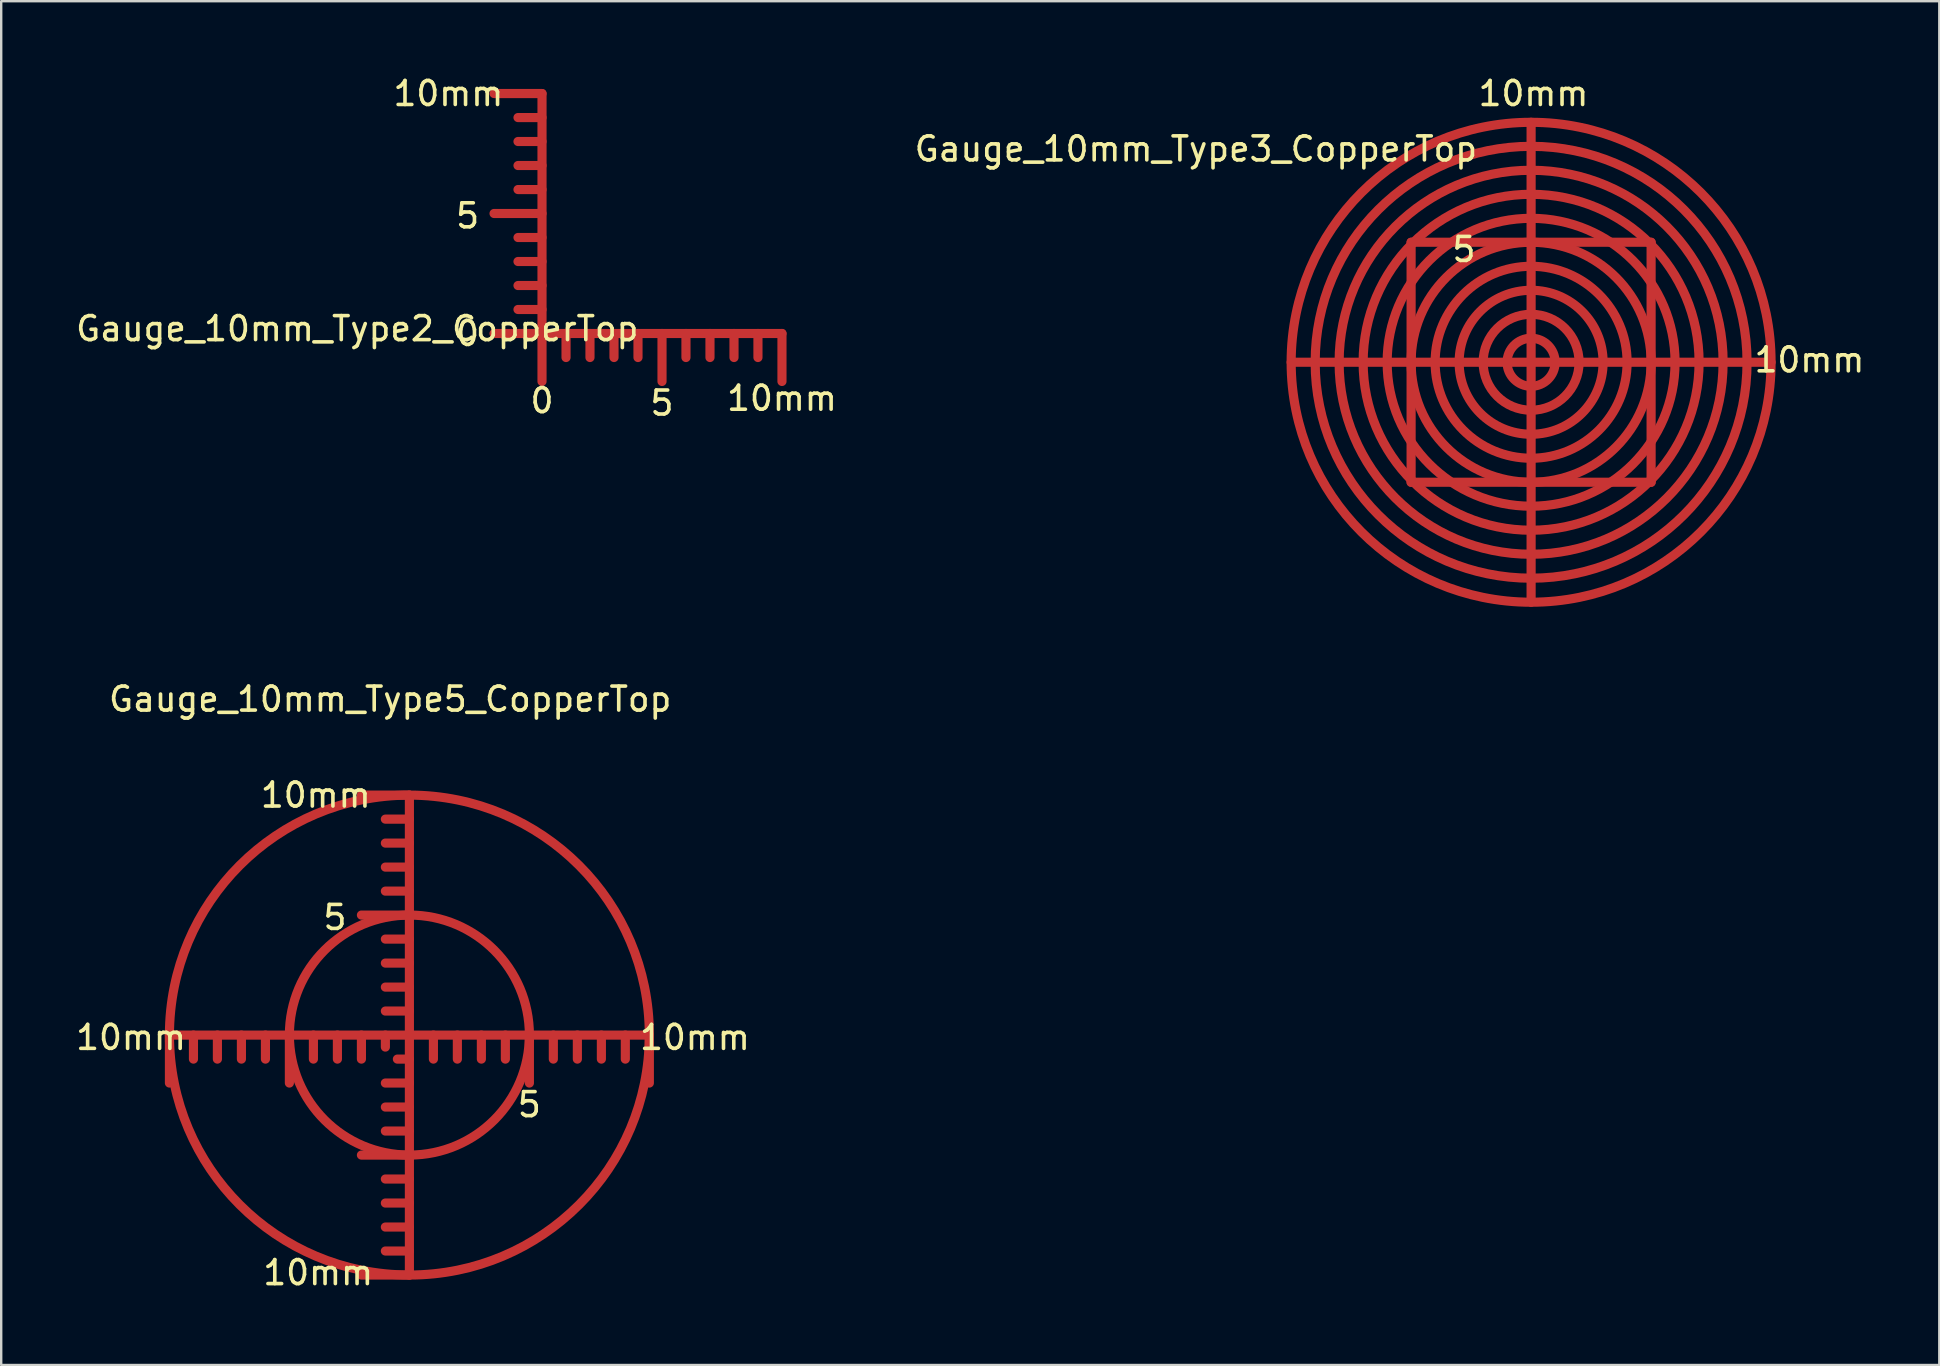
<source format=kicad_pcb>
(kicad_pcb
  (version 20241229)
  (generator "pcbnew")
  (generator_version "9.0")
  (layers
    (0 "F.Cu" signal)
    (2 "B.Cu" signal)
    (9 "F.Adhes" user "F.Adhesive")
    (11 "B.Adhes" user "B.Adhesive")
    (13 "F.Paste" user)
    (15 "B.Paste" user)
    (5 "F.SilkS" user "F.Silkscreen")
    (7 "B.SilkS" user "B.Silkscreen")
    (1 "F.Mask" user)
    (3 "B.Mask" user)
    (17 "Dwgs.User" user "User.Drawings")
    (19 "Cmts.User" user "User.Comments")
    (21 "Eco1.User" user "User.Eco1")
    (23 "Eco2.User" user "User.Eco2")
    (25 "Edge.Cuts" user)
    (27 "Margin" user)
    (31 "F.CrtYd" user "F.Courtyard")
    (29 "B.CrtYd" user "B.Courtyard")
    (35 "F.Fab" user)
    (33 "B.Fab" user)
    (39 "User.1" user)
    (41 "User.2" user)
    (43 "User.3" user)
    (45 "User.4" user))
  (footprint "Gauge_10mm_Type2_CopperTop"
    (layer "F.Cu")
    (at 19.538 10.848)
    (property "Reference" "Gauge_10mm_Type2_CopperTop" (at -7.699 -0.201 0) (layer "F.SilkS") (effects (font (size 1 1) (thickness 0.15))))
    (attr through_hole)
    (fp_line (start 0 -10) (end -1.999 -10) (stroke (width 0.381) (type solid)) (layer "F.Cu"))
    (fp_line (start 0 -8.999) (end -1.001 -8.999) (stroke (width 0.381) (type solid)) (layer "F.Cu"))
    (fp_line (start 0 -8.001) (end -1.001 -8.001) (stroke (width 0.381) (type solid)) (layer "F.Cu"))
    (fp_line (start 0 -7) (end -1.001 -7) (stroke (width 0.381) (type solid)) (layer "F.Cu"))
    (fp_line (start 0 -5.999) (end -1.001 -5.999) (stroke (width 0.381) (type solid)) (layer "F.Cu"))
    (fp_line (start 0 -5.001) (end -1.999 -5.001) (stroke (width 0.381) (type solid)) (layer "F.Cu"))
    (fp_line (start 0 -4) (end -1.001 -4) (stroke (width 0.381) (type solid)) (layer "F.Cu"))
    (fp_line (start 0 -3) (end -1.001 -3) (stroke (width 0.381) (type solid)) (layer "F.Cu"))
    (fp_line (start 0 -1.999) (end -1.001 -1.999) (stroke (width 0.381) (type solid)) (layer "F.Cu"))
    (fp_line (start 0 -1.001) (end -1.001 -1.001) (stroke (width 0.381) (type solid)) (layer "F.Cu"))
    (fp_line (start 0 0) (end -1.999 0) (stroke (width 0.381) (type solid)) (layer "F.Cu"))
    (fp_line (start 0 0) (end 0 -10) (stroke (width 0.381) (type solid)) (layer "F.Cu"))
    (fp_line (start 0 0) (end 0 1.999) (stroke (width 0.381) (type solid)) (layer "F.Cu"))
    (fp_line (start 0 0) (end 10 0) (stroke (width 0.381) (type solid)) (layer "F.Cu"))
    (fp_line (start 1.001 0) (end 1.001 1.001) (stroke (width 0.381) (type solid)) (layer "F.Cu"))
    (fp_line (start 1.999 0) (end 1.999 1.001) (stroke (width 0.381) (type solid)) (layer "F.Cu"))
    (fp_line (start 3 0) (end 3 1.001) (stroke (width 0.381) (type solid)) (layer "F.Cu"))
    (fp_line (start 4 0) (end 4 1.001) (stroke (width 0.381) (type solid)) (layer "F.Cu"))
    (fp_line (start 5.001 0) (end 5.001 1.999) (stroke (width 0.381) (type solid)) (layer "F.Cu"))
    (fp_line (start 5.999 0) (end 5.999 1.001) (stroke (width 0.381) (type solid)) (layer "F.Cu"))
    (fp_line (start 7 0) (end 7 1.001) (stroke (width 0.381) (type solid)) (layer "F.Cu"))
    (fp_line (start 8.001 0) (end 8.001 1.001) (stroke (width 0.381) (type solid)) (layer "F.Cu"))
    (fp_line (start 8.999 0) (end 8.999 1.001) (stroke (width 0.381) (type solid)) (layer "F.Cu"))
    (fp_line (start 10 0) (end 10 1.999) (stroke (width 0.381) (type solid)) (layer "F.Cu"))
    (fp_text user "0" (at 0 2.799 0) (layer "F.SilkS") (effects (font (size 1 1) (thickness 0.15))))
    (fp_text user "5" (at 4.999 2.901 0) (layer "F.SilkS") (effects (font (size 1 1) (thickness 0.15))))
    (fp_text user "5" (at -3.101 -4.9 0) (layer "F.SilkS") (effects (font (size 1 1) (thickness 0.15))))
    (fp_text user "10mm" (at 10 2.7 0) (layer "F.SilkS") (effects (font (size 1 1) (thickness 0.15))))
    (fp_text user "0" (at -3.101 0 0) (layer "F.SilkS") (effects (font (size 1 1) (thickness 0.15))))
    (fp_text user "10mm" (at -3.901 -10 0) (layer "F.SilkS") (effects (font (size 1 1) (thickness 0.15)))))
  (footprint "Gauge_10mm_Type3_CopperTop"
    (layer "F.Cu")
    (at 60.758 12.047)
    (property "Reference" "Gauge_10mm_Type3_CopperTop" (at -13.97 -8.89 0) (layer "F.SilkS") (effects (font (size 1 1) (thickness 0.15))))
    (attr through_hole)
    (fp_line (start -5.001 -5.001) (end -5.001 0) (stroke (width 0.381) (type solid)) (layer "F.Cu"))
    (fp_line (start -5.001 5.001) (end -5.001 0) (stroke (width 0.381) (type solid)) (layer "F.Cu"))
    (fp_line (start -1.999 0) (end -10 0) (stroke (width 0.381) (type solid)) (layer "F.Cu"))
    (fp_line (start 0 -5.001) (end -5.001 -5.001) (stroke (width 0.381) (type solid)) (layer "F.Cu"))
    (fp_line (start 0 -5.001) (end 5.001 -5.001) (stroke (width 0.381) (type solid)) (layer "F.Cu"))
    (fp_line (start 0 0) (end -1.999 0) (stroke (width 0.381) (type solid)) (layer "F.Cu"))
    (fp_line (start 0 0) (end 0 -10) (stroke (width 0.381) (type solid)) (layer "F.Cu"))
    (fp_line (start 0 0) (end 0 1.999) (stroke (width 0.381) (type solid)) (layer "F.Cu"))
    (fp_line (start 0 0) (end 10 0) (stroke (width 0.381) (type solid)) (layer "F.Cu"))
    (fp_line (start 0 1.999) (end 0 10) (stroke (width 0.381) (type solid)) (layer "F.Cu"))
    (fp_line (start 0 5.001) (end -5.001 5.001) (stroke (width 0.381) (type solid)) (layer "F.Cu"))
    (fp_line (start 5.001 -5.001) (end 5.001 0) (stroke (width 0.381) (type solid)) (layer "F.Cu"))
    (fp_line (start 5.001 0) (end 5.001 5.001) (stroke (width 0.381) (type solid)) (layer "F.Cu"))
    (fp_line (start 5.001 5.001) (end 0 5.001) (stroke (width 0.381) (type solid)) (layer "F.Cu"))
    (fp_circle (center 0 0) (end 0 -8.999) (stroke (width 0.381) (type solid)) (fill no) (layer "F.Cu"))
    (fp_circle (center 0 0) (end 0 -8.001) (stroke (width 0.381) (type solid)) (fill no) (layer "F.Cu"))
    (fp_circle (center 0 0) (end 0 -7) (stroke (width 0.381) (type solid)) (fill no) (layer "F.Cu"))
    (fp_circle (center 0 0) (end 0 -5.999) (stroke (width 0.381) (type solid)) (fill no) (layer "F.Cu"))
    (fp_circle (center 0 0) (end 0 -4) (stroke (width 0.381) (type solid)) (fill no) (layer "F.Cu"))
    (fp_circle (center 0 0) (end 0 -3) (stroke (width 0.381) (type solid)) (fill no) (layer "F.Cu"))
    (fp_circle (center 0 0) (end 0 -1.999) (stroke (width 0.381) (type solid)) (fill no) (layer "F.Cu"))
    (fp_circle (center 0 0) (end 0 -1.001) (stroke (width 0.381) (type solid)) (fill no) (layer "F.Cu"))
    (fp_circle (center 0 0) (end 5.001 0) (stroke (width 0.381) (type solid)) (fill no) (layer "F.Cu"))
    (fp_circle (center 0 0) (end 10 0) (stroke (width 0.381) (type solid)) (fill no) (layer "F.Cu"))
    (fp_text user "5" (at -2.799 -4.699 0) (layer "F.SilkS") (effects (font (size 1 1) (thickness 0.15))))
    (fp_text user "10mm" (at 0.099 -11.199 0) (layer "F.SilkS") (effects (font (size 1 1) (thickness 0.15))))
    (fp_text user "10mm" (at 11.6 -0.099 0) (layer "F.SilkS") (effects (font (size 1 1) (thickness 0.15)))))
  (footprint "Gauge_10mm_Type5_CopperTop"
    (layer "F.Cu")
    (at 14.011 40.086)
    (property "Reference" "Gauge_10mm_Type5_CopperTop" (at -0.8 -14 0) (layer "F.SilkS") (effects (font (size 1 1) (thickness 0.15))))
    (attr through_hole)
    (fp_line (start -10 0) (end -10 1.999) (stroke (width 0.381) (type solid)) (layer "F.Cu"))
    (fp_line (start -8.999 0) (end -8.999 1.001) (stroke (width 0.381) (type solid)) (layer "F.Cu"))
    (fp_line (start -8.001 0) (end -8.001 1.001) (stroke (width 0.381) (type solid)) (layer "F.Cu"))
    (fp_line (start -7 0) (end -7 1.001) (stroke (width 0.381) (type solid)) (layer "F.Cu"))
    (fp_line (start -5.999 0) (end -5.999 1.001) (stroke (width 0.381) (type solid)) (layer "F.Cu"))
    (fp_line (start -5.001 0) (end -5.001 1.999) (stroke (width 0.381) (type solid)) (layer "F.Cu"))
    (fp_line (start -4 0) (end -4 1.001) (stroke (width 0.381) (type solid)) (layer "F.Cu"))
    (fp_line (start -3 0) (end -3 1.001) (stroke (width 0.381) (type solid)) (layer "F.Cu"))
    (fp_line (start -1.999 0) (end -1.999 1.001) (stroke (width 0.381) (type solid)) (layer "F.Cu"))
    (fp_line (start -1.001 0) (end -1.001 0.5) (stroke (width 0.381) (type solid)) (layer "F.Cu"))
    (fp_line (start 0 -10) (end -1.999 -10) (stroke (width 0.381) (type solid)) (layer "F.Cu"))
    (fp_line (start 0 -8.999) (end -1.001 -8.999) (stroke (width 0.381) (type solid)) (layer "F.Cu"))
    (fp_line (start 0 -8.001) (end -1.001 -8.001) (stroke (width 0.381) (type solid)) (layer "F.Cu"))
    (fp_line (start 0 -7) (end -1.001 -7) (stroke (width 0.381) (type solid)) (layer "F.Cu"))
    (fp_line (start 0 -5.999) (end -1.001 -5.999) (stroke (width 0.381) (type solid)) (layer "F.Cu"))
    (fp_line (start 0 -5.001) (end -1.999 -5.001) (stroke (width 0.381) (type solid)) (layer "F.Cu"))
    (fp_line (start 0 -4) (end -1.001 -4) (stroke (width 0.381) (type solid)) (layer "F.Cu"))
    (fp_line (start 0 -3) (end -1.001 -3) (stroke (width 0.381) (type solid)) (layer "F.Cu"))
    (fp_line (start 0 -1.999) (end -1.001 -1.999) (stroke (width 0.381) (type solid)) (layer "F.Cu"))
    (fp_line (start 0 -1.001) (end -1.001 -1.001) (stroke (width 0.381) (type solid)) (layer "F.Cu"))
    (fp_line (start 0 0) (end -10 0) (stroke (width 0.381) (type solid)) (layer "F.Cu"))
    (fp_line (start 0 0) (end 0 -10) (stroke (width 0.381) (type solid)) (layer "F.Cu"))
    (fp_line (start 0 0) (end 0 1.999) (stroke (width 0.381) (type solid)) (layer "F.Cu"))
    (fp_line (start 0 0) (end 10 0) (stroke (width 0.381) (type solid)) (layer "F.Cu"))
    (fp_line (start 0 1.001) (end -0.5 1.001) (stroke (width 0.381) (type solid)) (layer "F.Cu"))
    (fp_line (start 0 1.999) (end -1.001 1.999) (stroke (width 0.381) (type solid)) (layer "F.Cu"))
    (fp_line (start 0 1.999) (end 0 10) (stroke (width 0.381) (type solid)) (layer "F.Cu"))
    (fp_line (start 0 3) (end -1.001 3) (stroke (width 0.381) (type solid)) (layer "F.Cu"))
    (fp_line (start 0 4) (end -1.001 4) (stroke (width 0.381) (type solid)) (layer "F.Cu"))
    (fp_line (start 0 5.001) (end -1.999 5.001) (stroke (width 0.381) (type solid)) (layer "F.Cu"))
    (fp_line (start 0 5.999) (end -1.001 5.999) (stroke (width 0.381) (type solid)) (layer "F.Cu"))
    (fp_line (start 0 7) (end -1.001 7) (stroke (width 0.381) (type solid)) (layer "F.Cu"))
    (fp_line (start 0 8.001) (end -1.001 8.001) (stroke (width 0.381) (type solid)) (layer "F.Cu"))
    (fp_line (start 0 8.999) (end -1.001 8.999) (stroke (width 0.381) (type solid)) (layer "F.Cu"))
    (fp_line (start 0 10) (end -1.999 10) (stroke (width 0.381) (type solid)) (layer "F.Cu"))
    (fp_line (start 1.001 0) (end 1.001 1.001) (stroke (width 0.381) (type solid)) (layer "F.Cu"))
    (fp_line (start 1.999 0) (end 1.999 1.001) (stroke (width 0.381) (type solid)) (layer "F.Cu"))
    (fp_line (start 3 0) (end 3 1.001) (stroke (width 0.381) (type solid)) (layer "F.Cu"))
    (fp_line (start 4 0) (end 4 1.001) (stroke (width 0.381) (type solid)) (layer "F.Cu"))
    (fp_line (start 5.001 0) (end 5.001 1.999) (stroke (width 0.381) (type solid)) (layer "F.Cu"))
    (fp_line (start 5.999 0) (end 5.999 1.001) (stroke (width 0.381) (type solid)) (layer "F.Cu"))
    (fp_line (start 7 0) (end 7 1.001) (stroke (width 0.381) (type solid)) (layer "F.Cu"))
    (fp_line (start 8.001 0) (end 8.001 1.001) (stroke (width 0.381) (type solid)) (layer "F.Cu"))
    (fp_line (start 8.999 0) (end 8.999 1.001) (stroke (width 0.381) (type solid)) (layer "F.Cu"))
    (fp_line (start 10 0) (end 10 1.999) (stroke (width 0.381) (type solid)) (layer "F.Cu"))
    (fp_circle (center 0 0) (end 5.001 0) (stroke (width 0.381) (type solid)) (fill no) (layer "F.Cu"))
    (fp_circle (center 0 0) (end 10 0) (stroke (width 0.381) (type solid)) (fill no) (layer "F.Cu"))
    (fp_text user "10mm" (at -3.901 -10 0) (layer "F.SilkS") (effects (font (size 1 1) (thickness 0.15))))
    (fp_text user "10mm" (at 11.9 0.099 0) (layer "F.SilkS") (effects (font (size 1 1) (thickness 0.15))))
    (fp_text user "10mm" (at -3.8 9.901 0) (layer "F.SilkS") (effects (font (size 1 1) (thickness 0.15))))
    (fp_text user "10mm" (at -11.6 0.099 0) (layer "F.SilkS") (effects (font (size 1 1) (thickness 0.15))))
    (fp_text user "5" (at 4.999 2.901 0) (layer "F.SilkS") (effects (font (size 1 1) (thickness 0.15))))
    (fp_text user "5" (at -3.101 -4.9 0) (layer "F.SilkS") (effects (font (size 1 1) (thickness 0.15)))))
  (gr_rect
    (start -3 -3)
    (end 77.769 53.835)
    (stroke (width 0.1) (type default))
    (fill no)
    (layer "Edge.Cuts")))
</source>
